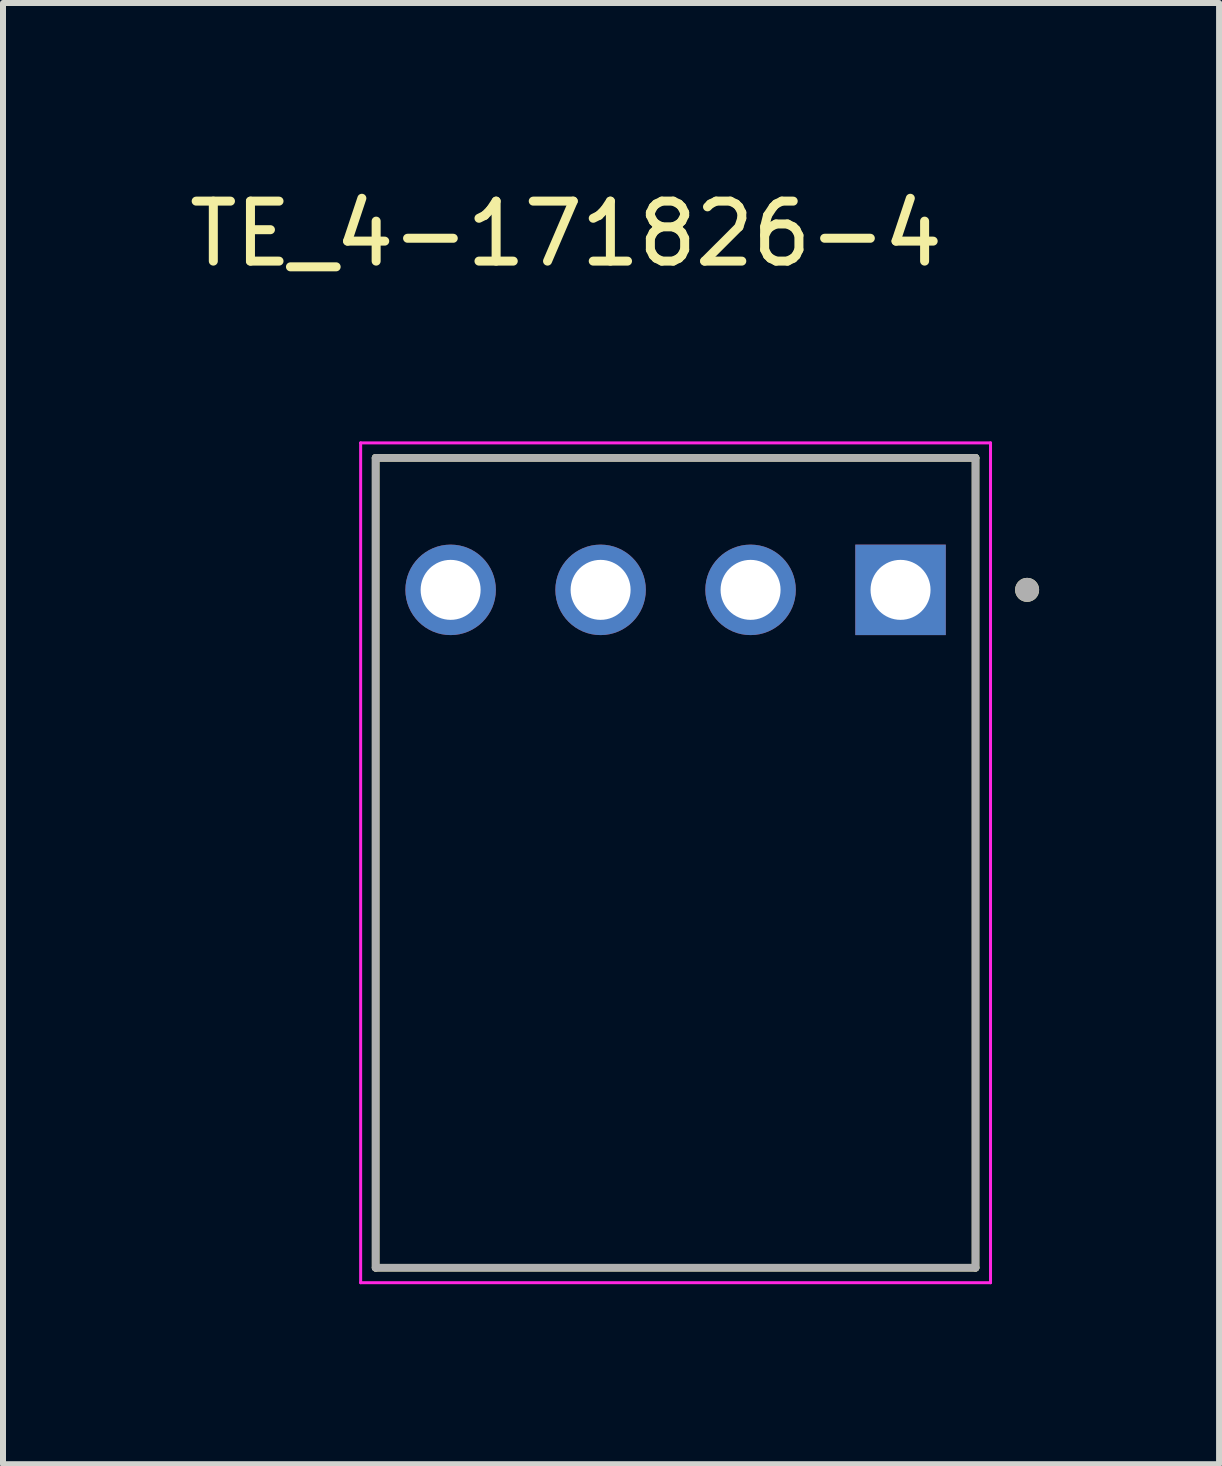
<source format=kicad_pcb>
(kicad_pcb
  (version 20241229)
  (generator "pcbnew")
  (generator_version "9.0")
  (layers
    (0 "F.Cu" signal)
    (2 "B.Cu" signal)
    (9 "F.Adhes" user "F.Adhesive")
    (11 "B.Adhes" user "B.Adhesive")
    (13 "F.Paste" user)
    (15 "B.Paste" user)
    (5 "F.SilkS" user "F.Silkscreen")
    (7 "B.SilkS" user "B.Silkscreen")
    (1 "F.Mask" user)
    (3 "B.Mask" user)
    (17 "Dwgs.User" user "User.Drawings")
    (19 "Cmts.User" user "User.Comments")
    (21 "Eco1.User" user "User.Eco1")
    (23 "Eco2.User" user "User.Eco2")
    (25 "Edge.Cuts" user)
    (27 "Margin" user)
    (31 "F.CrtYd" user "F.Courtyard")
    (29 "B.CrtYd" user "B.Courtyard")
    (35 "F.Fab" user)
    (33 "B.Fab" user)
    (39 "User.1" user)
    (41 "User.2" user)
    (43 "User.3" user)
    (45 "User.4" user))
  (footprint "TE_4-171826-4"
    (layer "F.Cu")
    (at 8.212 11.333)
    (property "Reference" "TE_4-171826-4" (at -1.825 -10.485 0) (layer "F.SilkS") (effects (font (size 1 1) (thickness 0.15))))
    (attr through_hole)
    (fp_line (start -5 6.75) (end -5 -6.75) (stroke (width 0.127) (type solid)) (layer "F.SilkS"))
    (fp_line (start 5 -6.75) (end -5 -6.75) (stroke (width 0.127) (type solid)) (layer "F.SilkS"))
    (fp_line (start 5 -6.75) (end 5 6.75) (stroke (width 0.127) (type solid)) (layer "F.SilkS"))
    (fp_line (start 5 6.75) (end -5 6.75) (stroke (width 0.127) (type solid)) (layer "F.SilkS"))
    (fp_circle (center 5.86 -4.55) (end 5.96 -4.55) (stroke (width 0.2) (type solid)) (fill no) (layer "F.SilkS"))
    (fp_line (start -5.25 -7) (end 5.25 -7) (stroke (width 0.05) (type solid)) (layer "F.CrtYd"))
    (fp_line (start -5.25 7) (end -5.25 -7) (stroke (width 0.05) (type solid)) (layer "F.CrtYd"))
    (fp_line (start 5.25 -7) (end 5.25 7) (stroke (width 0.05) (type solid)) (layer "F.CrtYd"))
    (fp_line (start 5.25 7) (end -5.25 7) (stroke (width 0.05) (type solid)) (layer "F.CrtYd"))
    (fp_line (start -5 -6.75) (end 5 -6.75) (stroke (width 0.127) (type solid)) (layer "F.Fab"))
    (fp_line (start -5 6.75) (end -5 -6.75) (stroke (width 0.127) (type solid)) (layer "F.Fab"))
    (fp_line (start 5 -6.75) (end 5 6.75) (stroke (width 0.127) (type solid)) (layer "F.Fab"))
    (fp_line (start 5 6.75) (end -5 6.75) (stroke (width 0.127) (type solid)) (layer "F.Fab"))
    (fp_circle (center 5.86 -4.55) (end 5.96 -4.55) (stroke (width 0.2) (type solid)) (fill no) (layer "F.Fab"))
    (pad "1" thru_hole rect (at 3.75 -4.55) (size 1.508 1.508) (drill 1) (layers "*.Cu" "*.Mask"))
    (pad "2" thru_hole circle (at 1.25 -4.55) (size 1.508 1.508) (drill 1) (layers "*.Cu" "*.Mask"))
    (pad "3" thru_hole circle (at -1.25 -4.55) (size 1.508 1.508) (drill 1) (layers "*.Cu" "*.Mask"))
    (pad "4" thru_hole circle (at -3.75 -4.55) (size 1.508 1.508) (drill 1) (layers "*.Cu" "*.Mask")))
  (gr_rect
    (start -3 -3)
    (end 17.272 21.358)
    (stroke (width 0.1) (type default))
    (fill no)
    (layer "Edge.Cuts")))
</source>
